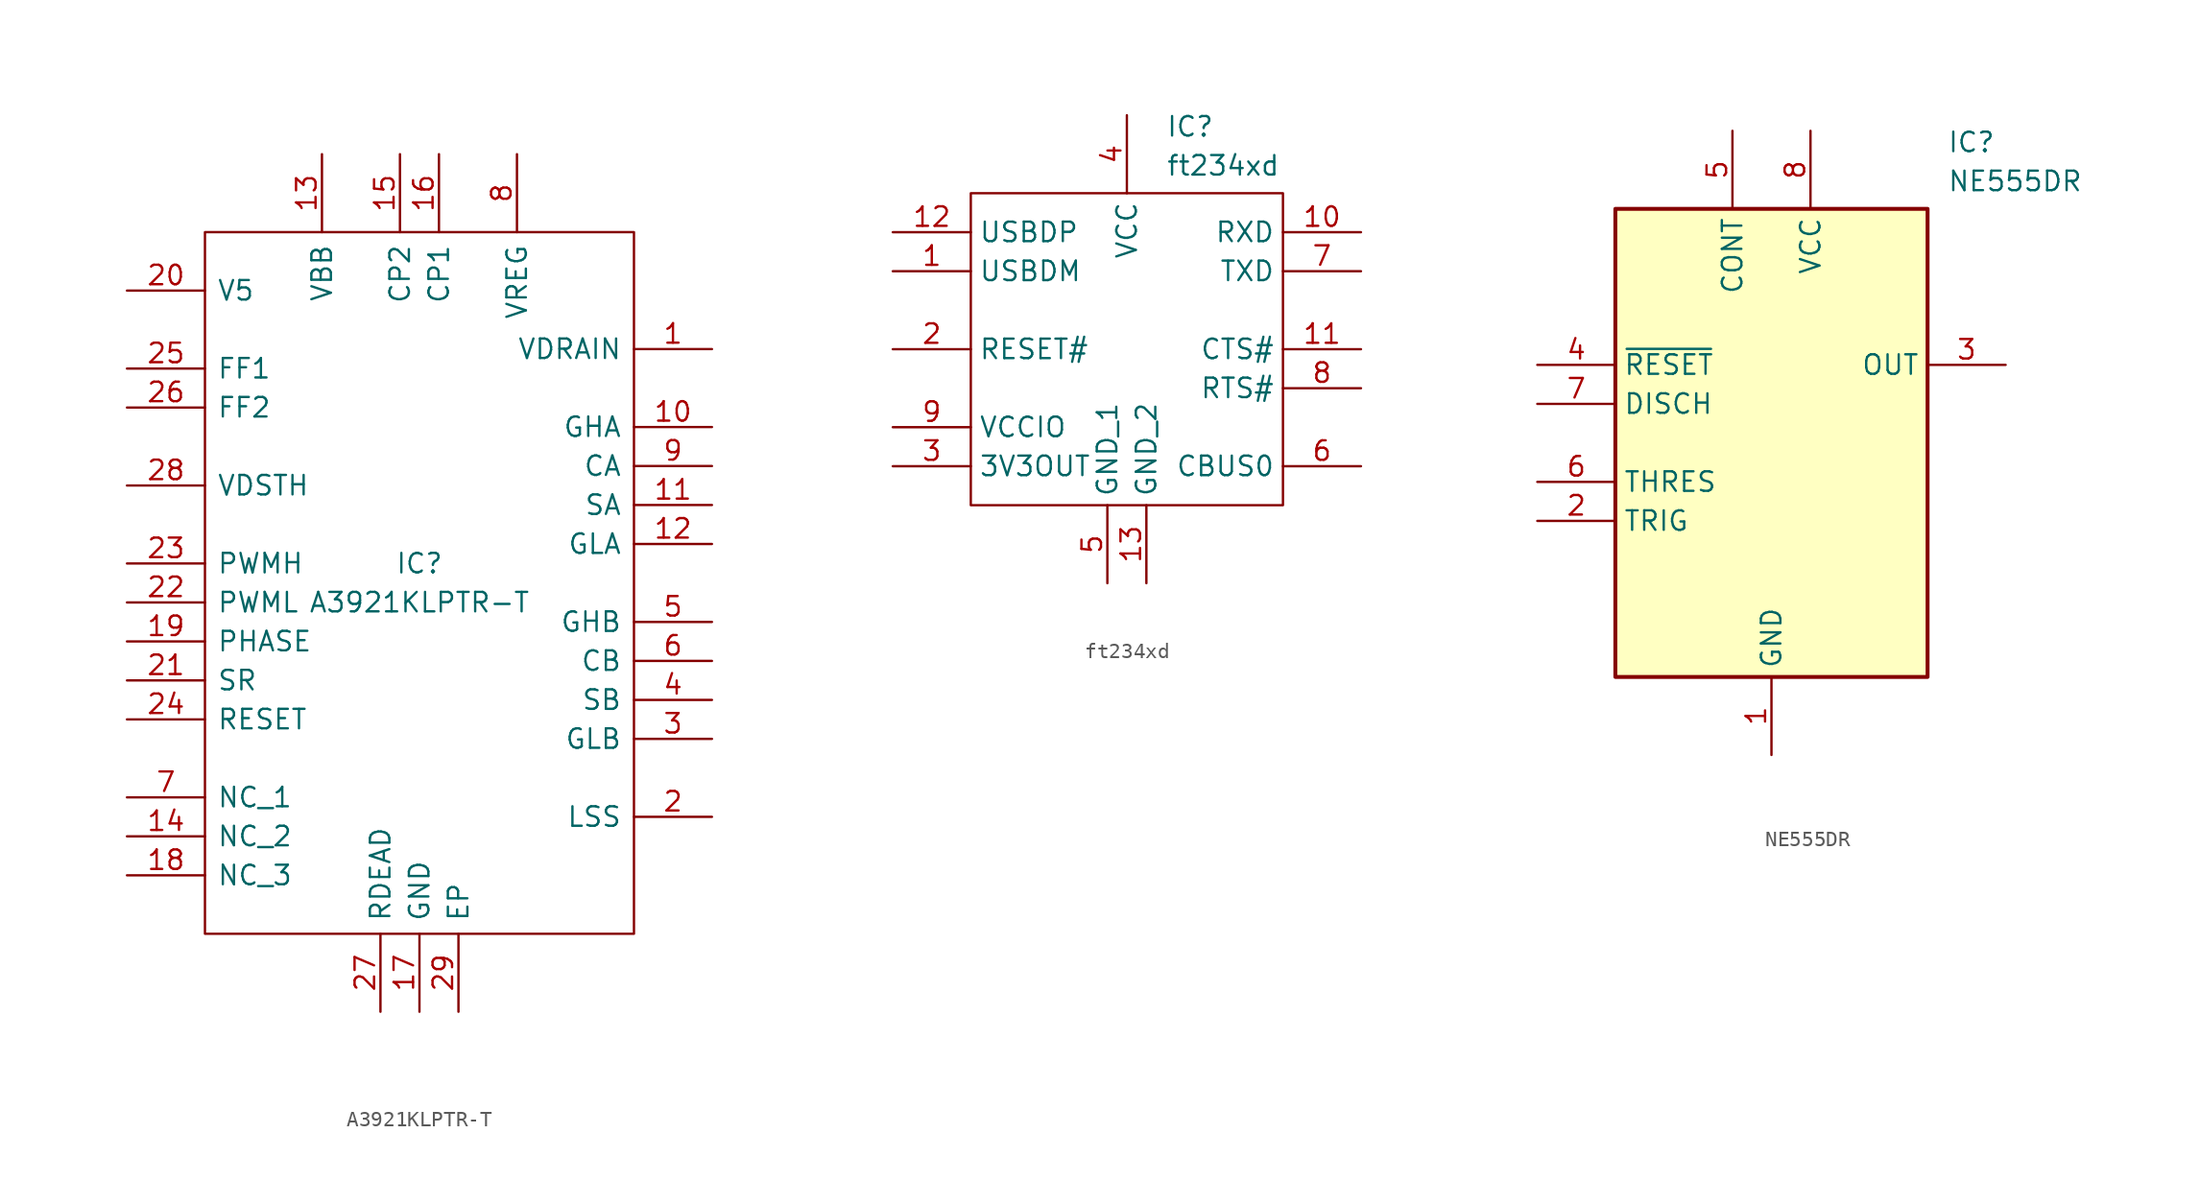
<source format=kicad_sym>
(kicad_symbol_lib
  (version 20220914)
  (generator kicad_symbol_editor)
  (symbol "A3921KLPTR-T"
    (pin_names
      (offset 0.762))
    (property "Reference" "IC"
      (at 0 1.27 0)
      (effects (font (size 1.27 1.27))))
    (property "Value" "A3921KLPTR-T"
      (at 0 -1.27 0)
      (effects (font (size 1.27 1.27))))
    (symbol "A3921KLPTR-T_0_0"
      (pin passive line (at 19.05 15.24 180) (length 5.08) (name "VDRAIN" (effects (font (size 1.27 1.27)))) (number "1" (effects (font (size 1.27 1.27)))))
      (pin passive line (at 19.05 10.16 180) (length 5.08) (name "GHA" (effects (font (size 1.27 1.27)))) (number "10" (effects (font (size 1.27 1.27)))))
      (pin passive line (at 19.05 5.08 180) (length 5.08) (name "SA" (effects (font (size 1.27 1.27)))) (number "11" (effects (font (size 1.27 1.27)))))
      (pin passive line (at 19.05 2.54 180) (length 5.08) (name "GLA" (effects (font (size 1.27 1.27)))) (number "12" (effects (font (size 1.27 1.27)))))
      (pin passive line (at -6.35 27.94 270) (length 5.08) (name "VBB" (effects (font (size 1.27 1.27)))) (number "13" (effects (font (size 1.27 1.27)))))
      (pin passive line (at -19.05 -16.51 0) (length 5.08) (name "NC_2" (effects (font (size 1.27 1.27)))) (number "14" (effects (font (size 1.27 1.27)))))
      (pin passive line (at -1.27 27.94 270) (length 5.08) (name "CP2" (effects (font (size 1.27 1.27)))) (number "15" (effects (font (size 1.27 1.27)))))
      (pin passive line (at 1.27 27.94 270) (length 5.08) (name "CP1" (effects (font (size 1.27 1.27)))) (number "16" (effects (font (size 1.27 1.27)))))
      (pin passive line (at 0 -27.94 90) (length 5.08) (name "GND" (effects (font (size 1.27 1.27)))) (number "17" (effects (font (size 1.27 1.27)))))
      (pin passive line (at -19.05 -19.05 0) (length 5.08) (name "NC_3" (effects (font (size 1.27 1.27)))) (number "18" (effects (font (size 1.27 1.27)))))
      (pin passive line (at -19.05 -3.81 0) (length 5.08) (name "PHASE" (effects (font (size 1.27 1.27)))) (number "19" (effects (font (size 1.27 1.27)))))
      (pin passive line (at 19.05 -15.24 180) (length 5.08) (name "LSS" (effects (font (size 1.27 1.27)))) (number "2" (effects (font (size 1.27 1.27)))))
      (pin passive line (at -19.05 19.05 0) (length 5.08) (name "V5" (effects (font (size 1.27 1.27)))) (number "20" (effects (font (size 1.27 1.27)))))
      (pin passive line (at -19.05 -6.35 0) (length 5.08) (name "SR" (effects (font (size 1.27 1.27)))) (number "21" (effects (font (size 1.27 1.27)))))
      (pin passive line (at -19.05 -1.27 0) (length 5.08) (name "PWML" (effects (font (size 1.27 1.27)))) (number "22" (effects (font (size 1.27 1.27)))))
      (pin passive line (at -19.05 1.27 0) (length 5.08) (name "PWMH" (effects (font (size 1.27 1.27)))) (number "23" (effects (font (size 1.27 1.27)))))
      (pin passive line (at -19.05 -8.89 0) (length 5.08) (name "RESET" (effects (font (size 1.27 1.27)))) (number "24" (effects (font (size 1.27 1.27)))))
      (pin passive line (at -19.05 13.97 0) (length 5.08) (name "FF1" (effects (font (size 1.27 1.27)))) (number "25" (effects (font (size 1.27 1.27)))))
      (pin passive line (at -19.05 11.43 0) (length 5.08) (name "FF2" (effects (font (size 1.27 1.27)))) (number "26" (effects (font (size 1.27 1.27)))))
      (pin passive line (at -2.54 -27.94 90) (length 5.08) (name "RDEAD" (effects (font (size 1.27 1.27)))) (number "27" (effects (font (size 1.27 1.27)))))
      (pin passive line (at -19.05 6.35 0) (length 5.08) (name "VDSTH" (effects (font (size 1.27 1.27)))) (number "28" (effects (font (size 1.27 1.27)))))
      (pin passive line (at 2.54 -27.94 90) (length 5.08) (name "EP" (effects (font (size 1.27 1.27)))) (number "29" (effects (font (size 1.27 1.27)))))
      (pin passive line (at 19.05 -10.16 180) (length 5.08) (name "GLB" (effects (font (size 1.27 1.27)))) (number "3" (effects (font (size 1.27 1.27)))))
      (pin passive line (at 19.05 -7.62 180) (length 5.08) (name "SB" (effects (font (size 1.27 1.27)))) (number "4" (effects (font (size 1.27 1.27)))))
      (pin passive line (at 19.05 -2.54 180) (length 5.08) (name "GHB" (effects (font (size 1.27 1.27)))) (number "5" (effects (font (size 1.27 1.27)))))
      (pin passive line (at 19.05 -5.08 180) (length 5.08) (name "CB" (effects (font (size 1.27 1.27)))) (number "6" (effects (font (size 1.27 1.27)))))
      (pin passive line (at -19.05 -13.97 0) (length 5.08) (name "NC_1" (effects (font (size 1.27 1.27)))) (number "7" (effects (font (size 1.27 1.27)))))
      (pin passive line (at 6.35 27.94 270) (length 5.08) (name "VREG" (effects (font (size 1.27 1.27)))) (number "8" (effects (font (size 1.27 1.27)))))
      (pin passive line (at 19.05 7.62 180) (length 5.08) (name "CA" (effects (font (size 1.27 1.27)))) (number "9" (effects (font (size 1.27 1.27))))))
    (symbol "A3921KLPTR-T_1_1"
      (rectangle (start -13.97 22.86) (end 13.97 -22.86) (stroke (width 0) (type default)) (fill (type none)))))
  (symbol "ft234xd"
    (property "Reference" "IC"
      (at 2.54 15.24 0)
      (effects (font (size 1.27 1.27)) (justify left top)))
    (property "Value" "ft234xd"
      (at 2.54 12.7 0)
      (effects (font (size 1.27 1.27)) (justify left top)))
    (symbol "ft234xd_0_0"
      (pin passive line (at -15.24 5.08 0) (length 5.08) (name "USBDM" (effects (font (size 1.27 1.27)))) (number "1" (effects (font (size 1.27 1.27)))))
      (pin passive line (at 15.24 7.62 180) (length 5.08) (name "RXD" (effects (font (size 1.27 1.27)))) (number "10" (effects (font (size 1.27 1.27)))))
      (pin passive line (at 15.24 0 180) (length 5.08) (name "CTS#" (effects (font (size 1.27 1.27)))) (number "11" (effects (font (size 1.27 1.27)))))
      (pin passive line (at -15.24 7.62 0) (length 5.08) (name "USBDP" (effects (font (size 1.27 1.27)))) (number "12" (effects (font (size 1.27 1.27)))))
      (pin passive line (at 1.27 -15.24 90) (length 5.08) (name "GND_2" (effects (font (size 1.27 1.27)))) (number "13" (effects (font (size 1.27 1.27)))))
      (pin passive line (at -15.24 0 0) (length 5.08) (name "RESET#" (effects (font (size 1.27 1.27)))) (number "2" (effects (font (size 1.27 1.27)))))
      (pin passive line (at -15.24 -7.62 0) (length 5.08) (name "3V3OUT" (effects (font (size 1.27 1.27)))) (number "3" (effects (font (size 1.27 1.27)))))
      (pin passive line (at 0 15.24 270) (length 5.08) (name "VCC" (effects (font (size 1.27 1.27)))) (number "4" (effects (font (size 1.27 1.27)))))
      (pin passive line (at -1.27 -15.24 90) (length 5.08) (name "GND_1" (effects (font (size 1.27 1.27)))) (number "5" (effects (font (size 1.27 1.27)))))
      (pin passive line (at 15.24 -7.62 180) (length 5.08) (name "CBUS0" (effects (font (size 1.27 1.27)))) (number "6" (effects (font (size 1.27 1.27)))))
      (pin passive line (at 15.24 5.08 180) (length 5.08) (name "TXD" (effects (font (size 1.27 1.27)))) (number "7" (effects (font (size 1.27 1.27)))))
      (pin passive line (at 15.24 -2.54 180) (length 5.08) (name "RTS#" (effects (font (size 1.27 1.27)))) (number "8" (effects (font (size 1.27 1.27)))))
      (pin passive line (at -15.24 -5.08 0) (length 5.08) (name "VCCIO" (effects (font (size 1.27 1.27)))) (number "9" (effects (font (size 1.27 1.27))))))
    (symbol "ft234xd_0_1"
      (rectangle (start -10.16 10.16) (end 10.16 -10.16) (stroke (width 0) (type default)) (fill (type none)))))
  (symbol "NE555DR"
    (property "Reference" "IC"
      (at 26.67 15.24 0)
      (effects (font (size 1.27 1.27)) (justify left top)))
    (property "Value" "NE555DR"
      (at 26.67 12.7 0)
      (effects (font (size 1.27 1.27)) (justify left top)))
    (symbol "NE555DR_1_1"
      (rectangle (start 5.08 10.16) (end 25.4 -20.32) (stroke (width 0.254) (type default)) (fill (type background)))
      (pin passive line (at 15.24 -25.4 90) (length 5.08) (name "GND" (effects (font (size 1.27 1.27)))) (number "1" (effects (font (size 1.27 1.27)))))
      (pin passive line (at 0 -10.16 0) (length 5.08) (name "TRIG" (effects (font (size 1.27 1.27)))) (number "2" (effects (font (size 1.27 1.27)))))
      (pin passive line (at 30.48 0 180) (length 5.08) (name "OUT" (effects (font (size 1.27 1.27)))) (number "3" (effects (font (size 1.27 1.27)))))
      (pin passive line (at 0 0 0) (length 5.08) (name "~{RESET}" (effects (font (size 1.27 1.27)))) (number "4" (effects (font (size 1.27 1.27)))))
      (pin passive line (at 12.7 15.24 270) (length 5.08) (name "CONT" (effects (font (size 1.27 1.27)))) (number "5" (effects (font (size 1.27 1.27)))))
      (pin passive line (at 0 -7.62 0) (length 5.08) (name "THRES" (effects (font (size 1.27 1.27)))) (number "6" (effects (font (size 1.27 1.27)))))
      (pin passive line (at 0 -2.54 0) (length 5.08) (name "DISCH" (effects (font (size 1.27 1.27)))) (number "7" (effects (font (size 1.27 1.27)))))
      (pin passive line (at 17.78 15.24 270) (length 5.08) (name "VCC" (effects (font (size 1.27 1.27)))) (number "8" (effects (font (size 1.27 1.27))))))))
</source>
